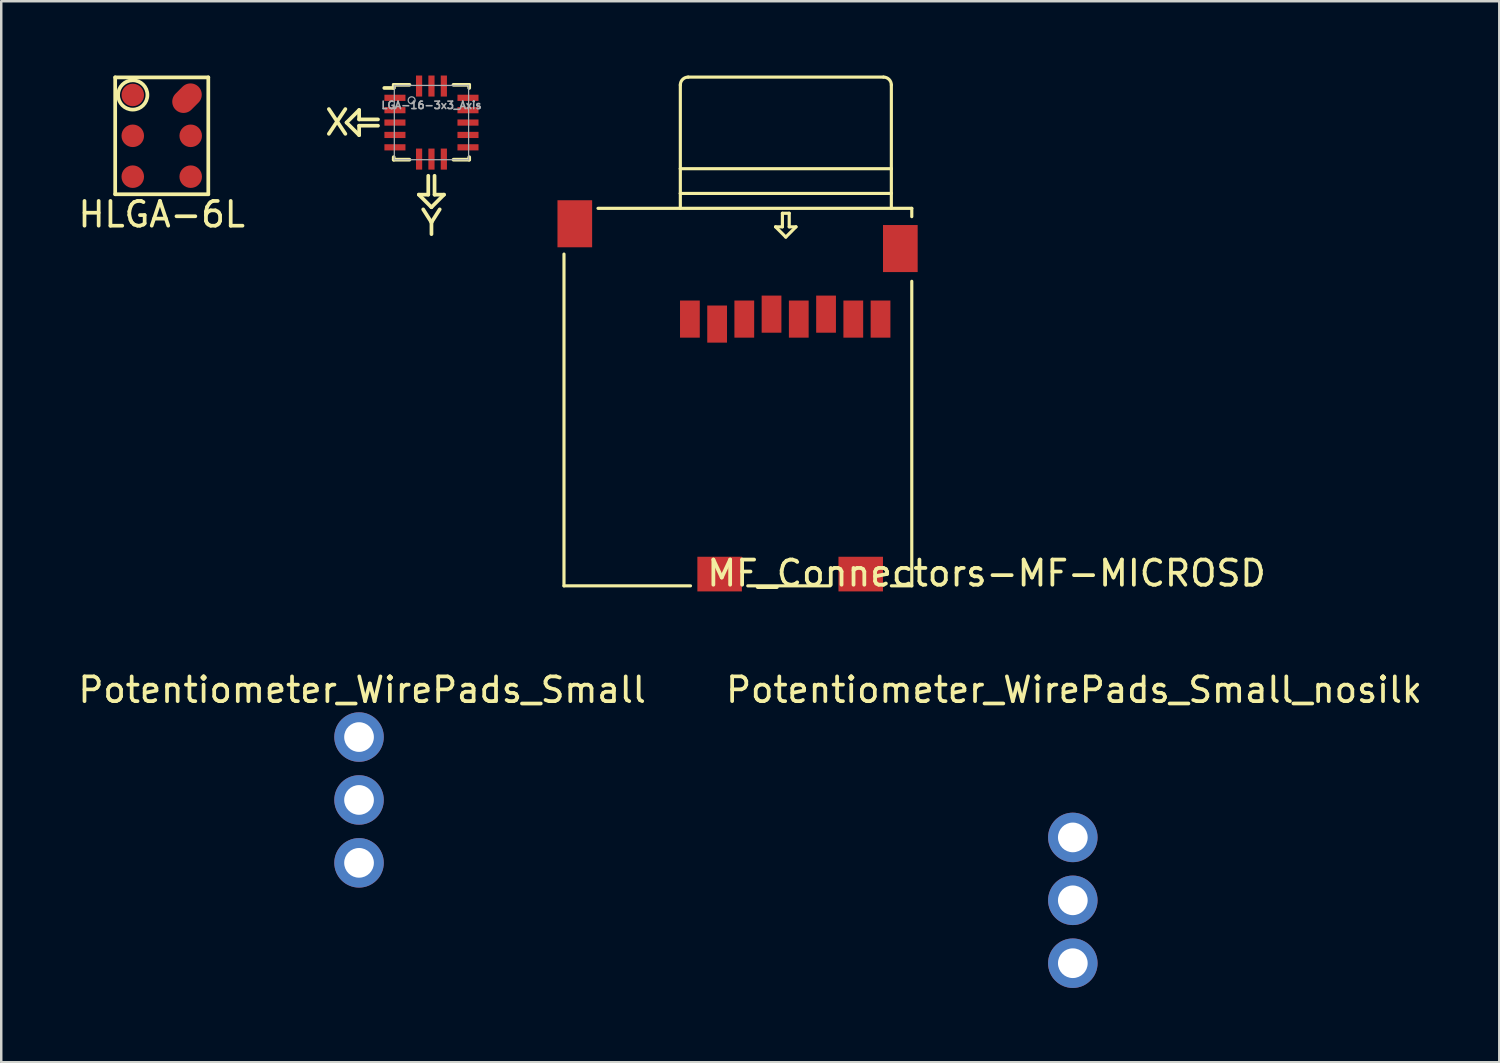
<source format=kicad_pcb>
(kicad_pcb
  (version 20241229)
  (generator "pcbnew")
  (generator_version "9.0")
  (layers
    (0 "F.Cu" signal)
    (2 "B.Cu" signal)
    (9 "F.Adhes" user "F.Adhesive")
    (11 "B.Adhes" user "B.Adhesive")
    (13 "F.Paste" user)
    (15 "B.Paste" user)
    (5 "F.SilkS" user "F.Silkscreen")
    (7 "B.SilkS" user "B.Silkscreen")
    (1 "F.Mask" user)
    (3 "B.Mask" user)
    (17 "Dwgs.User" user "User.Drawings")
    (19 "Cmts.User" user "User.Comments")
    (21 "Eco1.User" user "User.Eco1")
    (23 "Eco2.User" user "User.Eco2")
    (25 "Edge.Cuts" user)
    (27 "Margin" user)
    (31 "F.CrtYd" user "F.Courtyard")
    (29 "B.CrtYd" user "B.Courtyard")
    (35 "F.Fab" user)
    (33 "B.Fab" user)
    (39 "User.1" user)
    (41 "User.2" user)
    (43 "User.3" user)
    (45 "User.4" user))
  (footprint "Potentiometer_WirePads_Small_nosilk"
    (layer "F.Cu")
    (at 40.277 30.77)
    (property "Reference" "Potentiometer_WirePads_Small_nosilk" (at 0.051 -5.959 0) (layer "F.SilkS") (effects (font (size 1 1) (thickness 0.15))))
    (attr through_hole)
    (pad "1" thru_hole circle (at 0 0) (size 1.999 1.999) (drill 1.199) (layers "*.Cu" "*.Mask"))
    (pad "2" thru_hole circle (at 0 2.54) (size 1.999 1.999) (drill 1.199) (layers "*.Cu" "*.Mask"))
    (pad "3" thru_hole circle (at 0 5.08) (size 1.999 1.999) (drill 1.199) (layers "*.Cu" "*.Mask")))
  (footprint "LGA-16-3x3_Axis"
    (layer "F.Cu")
    (at 14.375 1.9)
    (property "Reference" "LGA-16-3x3_Axis" (at 0 -0.701 0) (layer "F.Fab") (effects (font (size 0.3 0.3) (thickness 0.066))))
    (attr through_hole)
    (fp_line (start -3.429 0) (end -2.921 -0.508) (stroke (width 0.15) (type solid)) (layer "F.SilkS"))
    (fp_line (start -2.921 -0.508) (end -2.921 -0.127) (stroke (width 0.15) (type solid)) (layer "F.SilkS"))
    (fp_line (start -2.921 -0.127) (end -2.159 -0.127) (stroke (width 0.15) (type solid)) (layer "F.SilkS"))
    (fp_line (start -2.921 0.127) (end -2.921 0.508) (stroke (width 0.15) (type solid)) (layer "F.SilkS"))
    (fp_line (start -2.921 0.508) (end -3.429 0) (stroke (width 0.15) (type solid)) (layer "F.SilkS"))
    (fp_line (start -2.159 0.127) (end -2.921 0.127) (stroke (width 0.15) (type solid)) (layer "F.SilkS"))
    (fp_line (start -1.524 -1.524) (end -1.524 -1.397) (stroke (width 0.15) (type solid)) (layer "F.SilkS"))
    (fp_line (start -1.524 -1.524) (end -0.889 -1.524) (stroke (width 0.15) (type solid)) (layer "F.SilkS"))
    (fp_line (start -1.524 -1.397) (end -1.905 -1.397) (stroke (width 0.15) (type solid)) (layer "F.SilkS"))
    (fp_line (start -1.524 1.499) (end -1.524 1.397) (stroke (width 0.15) (type solid)) (layer "F.SilkS"))
    (fp_line (start -0.889 1.499) (end -1.524 1.499) (stroke (width 0.15) (type solid)) (layer "F.SilkS"))
    (fp_line (start -0.51 2.911) (end -0.129 2.911) (stroke (width 0.15) (type solid)) (layer "F.SilkS"))
    (fp_line (start -0.129 2.911) (end -0.129 2.149) (stroke (width 0.15) (type solid)) (layer "F.SilkS"))
    (fp_line (start -0.002 3.419) (end -0.51 2.911) (stroke (width 0.15) (type solid)) (layer "F.SilkS"))
    (fp_line (start 0.125 2.149) (end 0.125 2.911) (stroke (width 0.15) (type solid)) (layer "F.SilkS"))
    (fp_line (start 0.125 2.911) (end 0.506 2.911) (stroke (width 0.15) (type solid)) (layer "F.SilkS"))
    (fp_line (start 0.506 2.911) (end -0.002 3.419) (stroke (width 0.15) (type solid)) (layer "F.SilkS"))
    (fp_line (start 0.889 1.499) (end 1.524 1.499) (stroke (width 0.15) (type solid)) (layer "F.SilkS"))
    (fp_line (start 1.524 -1.524) (end 0.889 -1.524) (stroke (width 0.15) (type solid)) (layer "F.SilkS"))
    (fp_line (start 1.524 -1.397) (end 1.524 -1.524) (stroke (width 0.15) (type solid)) (layer "F.SilkS"))
    (fp_line (start 1.524 1.499) (end 1.524 1.397) (stroke (width 0.15) (type solid)) (layer "F.SilkS"))
    (fp_line (start -1.5 -1.5) (end 1.5 -1.5) (stroke (width 0.05) (type solid)) (layer "F.Fab"))
    (fp_line (start -1.5 1.5) (end -1.5 -1.5) (stroke (width 0.05) (type solid)) (layer "F.Fab"))
    (fp_line (start 1.5 -1.5) (end 1.5 1.5) (stroke (width 0.05) (type solid)) (layer "F.Fab"))
    (fp_line (start 1.5 1.5) (end -1.5 1.5) (stroke (width 0.05) (type solid)) (layer "F.Fab"))
    (fp_circle (center -0.8 -0.9) (end -0.7 -0.8) (stroke (width 0.05) (type solid)) (fill no) (layer "F.Fab"))
    (fp_text user "X" (at -3.81 0 0) (layer "F.SilkS") (effects (font (size 1 1) (thickness 0.15))))
    (fp_text user "Y" (at 0 4.051 0) (layer "F.SilkS") (effects (font (size 1 1) (thickness 0.15))))
    (pad "1" smd rect (at -1.475 -1) (size 0.85 0.25) (layers "F.Cu" "F.Mask" "F.Paste"))
    (pad "2" smd rect (at -1.475 -0.5) (size 0.85 0.25) (layers "F.Cu" "F.Mask" "F.Paste"))
    (pad "3" smd rect (at -1.475 0) (size 0.85 0.25) (layers "F.Cu" "F.Mask" "F.Paste"))
    (pad "4" smd rect (at -1.475 0.5) (size 0.85 0.25) (layers "F.Cu" "F.Mask" "F.Paste"))
    (pad "5" smd rect (at -1.475 1) (size 0.85 0.25) (layers "F.Cu" "F.Mask" "F.Paste"))
    (pad "6" smd rect (at -0.5 1.475) (size 0.25 0.85) (layers "F.Cu" "F.Mask" "F.Paste"))
    (pad "7" smd rect (at 0 1.475) (size 0.25 0.85) (layers "F.Cu" "F.Mask" "F.Paste"))
    (pad "8" smd rect (at 0.5 1.475) (size 0.25 0.85) (layers "F.Cu" "F.Mask" "F.Paste"))
    (pad "9" smd rect (at 1.475 1) (size 0.85 0.25) (layers "F.Cu" "F.Mask" "F.Paste"))
    (pad "10" smd rect (at 1.475 0.5) (size 0.85 0.25) (layers "F.Cu" "F.Mask" "F.Paste"))
    (pad "11" smd rect (at 1.475 0) (size 0.85 0.25) (layers "F.Cu" "F.Mask" "F.Paste"))
    (pad "12" smd rect (at 1.475 -0.5) (size 0.85 0.25) (layers "F.Cu" "F.Mask" "F.Paste"))
    (pad "13" smd rect (at 1.475 -1) (size 0.85 0.25) (layers "F.Cu" "F.Mask" "F.Paste"))
    (pad "14" smd rect (at 0.5 -1.475) (size 0.25 0.85) (layers "F.Cu" "F.Mask" "F.Paste"))
    (pad "15" smd rect (at 0 -1.475) (size 0.25 0.85) (layers "F.Cu" "F.Mask" "F.Paste"))
    (pad "16" smd rect (at -0.5 -1.475) (size 0.25 0.85) (layers "F.Cu" "F.Mask" "F.Paste")))
  (footprint "Potentiometer_WirePads_Small"
    (layer "F.Cu")
    (at 11.45 26.717)
    (property "Reference" "Potentiometer_WirePads_Small" (at 0.127 -1.905 0) (layer "F.SilkS") (effects (font (size 1 1) (thickness 0.15))))
    (attr through_hole)
    (pad "1" thru_hole circle (at 0 0) (size 1.999 1.999) (drill 1.199) (layers "*.Cu" "*.Mask"))
    (pad "2" thru_hole circle (at 0 2.54) (size 1.999 1.999) (drill 1.199) (layers "*.Cu" "*.Mask"))
    (pad "3" thru_hole circle (at 0 5.08) (size 1.999 1.999) (drill 1.199) (layers "*.Cu" "*.Mask")))
  (footprint "MF_Connectors-MF-MICROSD"
    (layer "F.Cu")
    (at 26.75 12.987)
    (property "Reference" "MF_Connectors-MF-MICROSD" (at 10.041 7.115 0) (layer "F.SilkS") (effects (font (size 1.016 1.016) (thickness 0.152))))
    (attr smd)
    (fp_line (start -7.023 -5.776) (end -7.023 7.623) (stroke (width 0.127) (type solid)) (layer "F.SilkS"))
    (fp_line (start -7.023 7.623) (end -1.913 7.623) (stroke (width 0.127) (type solid)) (layer "F.SilkS"))
    (fp_line (start -2.324 -9.223) (end -2.324 -12.606) (stroke (width 0.127) (type solid)) (layer "F.SilkS"))
    (fp_line (start -2.324 -9.223) (end 6.198 -9.223) (stroke (width 0.127) (type solid)) (layer "F.SilkS"))
    (fp_line (start -2.324 -8.225) (end -2.324 -9.223) (stroke (width 0.127) (type solid)) (layer "F.SilkS"))
    (fp_line (start -2.324 -8.225) (end 6.198 -8.225) (stroke (width 0.127) (type solid)) (layer "F.SilkS"))
    (fp_line (start -2.324 -7.623) (end -2.324 -8.225) (stroke (width 0.127) (type solid)) (layer "F.SilkS"))
    (fp_line (start -2.007 -12.924) (end 5.88 -12.924) (stroke (width 0.127) (type solid)) (layer "F.SilkS"))
    (fp_line (start 0.399 7.623) (end 3.724 7.623) (stroke (width 0.127) (type solid)) (layer "F.SilkS"))
    (fp_line (start 1.521 -6.876) (end 1.798 -6.876) (stroke (width 0.127) (type solid)) (layer "F.SilkS"))
    (fp_line (start 1.798 -7.424) (end 2.073 -7.424) (stroke (width 0.127) (type solid)) (layer "F.SilkS"))
    (fp_line (start 1.798 -6.876) (end 1.798 -7.424) (stroke (width 0.127) (type solid)) (layer "F.SilkS"))
    (fp_line (start 1.935 -6.462) (end 1.521 -6.876) (stroke (width 0.127) (type solid)) (layer "F.SilkS"))
    (fp_line (start 2.073 -7.424) (end 2.073 -6.876) (stroke (width 0.127) (type solid)) (layer "F.SilkS"))
    (fp_line (start 2.073 -6.876) (end 2.347 -6.876) (stroke (width 0.127) (type solid)) (layer "F.SilkS"))
    (fp_line (start 2.347 -6.876) (end 1.935 -6.462) (stroke (width 0.127) (type solid)) (layer "F.SilkS"))
    (fp_line (start 6.198 -12.606) (end 6.198 -9.223) (stroke (width 0.127) (type solid)) (layer "F.SilkS"))
    (fp_line (start 6.198 -9.223) (end 6.198 -8.25) (stroke (width 0.127) (type solid)) (layer "F.SilkS"))
    (fp_line (start 6.198 -7.623) (end 6.198 -8.225) (stroke (width 0.127) (type solid)) (layer "F.SilkS"))
    (fp_line (start 6.198 7.623) (end 7.023 7.623) (stroke (width 0.127) (type solid)) (layer "F.SilkS"))
    (fp_line (start 7.023 -7.623) (end -5.649 -7.623) (stroke (width 0.127) (type solid)) (layer "F.SilkS"))
    (fp_line (start 7.023 -7.287) (end 7.023 -7.623) (stroke (width 0.127) (type solid)) (layer "F.SilkS"))
    (fp_line (start 7.023 7.623) (end 7.023 -4.676) (stroke (width 0.127) (type solid)) (layer "F.SilkS"))
    (fp_arc (start -2.3241 -12.60602) (mid -2.231106 -12.830526) (end -2.0066 -12.92352) (stroke (width 0.127) (type solid)) (layer "F.SilkS"))
    (fp_arc (start 5.8801 -12.92352) (mid 6.104606 -12.830526) (end 6.1976 -12.60602) (stroke (width 0.127) (type solid)) (layer "F.SilkS"))
    (pad "1" smd rect (at -1.938 -3.15 180) (size 0.798 1.499) (layers "F.Cu" "F.Mask" "F.Paste"))
    (pad "2" smd rect (at -0.838 -2.949 180) (size 0.798 1.499) (layers "F.Cu" "F.Mask" "F.Paste"))
    (pad "3" smd rect (at 0.259 -3.15 180) (size 0.798 1.499) (layers "F.Cu" "F.Mask" "F.Paste"))
    (pad "4" smd rect (at 1.359 -3.35 180) (size 0.798 1.499) (layers "F.Cu" "F.Mask" "F.Paste"))
    (pad "5" smd rect (at 2.459 -3.15 180) (size 0.798 1.499) (layers "F.Cu" "F.Mask" "F.Paste"))
    (pad "6" smd rect (at 3.561 -3.35 180) (size 0.798 1.499) (layers "F.Cu" "F.Mask" "F.Paste"))
    (pad "7" smd rect (at 4.661 -3.15 180) (size 0.798 1.499) (layers "F.Cu" "F.Mask" "F.Paste"))
    (pad "8" smd rect (at 5.761 -3.15 180) (size 0.798 1.499) (layers "F.Cu" "F.Mask" "F.Paste"))
    (pad "9" smd rect (at 4.961 7.148) (size 1.798 1.4) (layers "F.Cu" "F.Mask" "F.Paste"))
    (pad "10" smd rect (at -0.737 7.148) (size 1.798 1.4) (layers "F.Cu" "F.Mask" "F.Paste"))
    (pad "G0" smd rect (at -6.586 -7) (size 1.4 1.9) (layers "F.Cu" "F.Mask" "F.Paste"))
    (pad "G1" smd rect (at 6.561 -5.999) (size 1.4 1.9) (layers "F.Cu" "F.Mask" "F.Paste")))
  (footprint "HLGA-6L"
    (layer "F.Cu")
    (at 3.482 2.435)
    (property "Reference" "HLGA-6L" (at 0 3.175 0) (layer "F.SilkS") (effects (font (size 1 1) (thickness 0.15))))
    (attr through_hole)
    (fp_line (start -1.88 -2.36) (end 1.88 -2.36) (stroke (width 0.15) (type solid)) (layer "F.SilkS"))
    (fp_line (start -1.88 2.36) (end -1.88 -2.36) (stroke (width 0.15) (type solid)) (layer "F.SilkS"))
    (fp_line (start -1.88 2.36) (end 1.88 2.36) (stroke (width 0.15) (type solid)) (layer "F.SilkS"))
    (fp_line (start 1.88 2.36) (end 1.88 -2.36) (stroke (width 0.15) (type solid)) (layer "F.SilkS"))
    (fp_circle (center -1.17 -1.65) (end -0.635 -1.397) (stroke (width 0.15) (type solid)) (fill no) (layer "F.SilkS"))
    (pad "1" smd circle (at -1.17 -1.65) (size 0.91 0.91) (layers "F.Cu" "F.Mask" "F.Paste"))
    (pad "2" smd circle (at -1.17 0) (size 0.91 0.91) (layers "F.Cu" "F.Mask" "F.Paste"))
    (pad "3" smd circle (at -1.17 1.65) (size 0.91 0.91) (layers "F.Cu" "F.Mask" "F.Paste"))
    (pad "4" smd circle (at 1.17 1.65) (size 0.91 0.91) (layers "F.Cu" "F.Mask" "F.Paste"))
    (pad "5" smd circle (at 1.17 0) (size 0.91 0.91) (layers "F.Cu" "F.Mask" "F.Paste"))
    (pad "6" smd oval (at 1.02 -1.52 45) (size 1.31 0.91) (layers "F.Cu" "F.Mask" "F.Paste")))
  (gr_rect
    (start -3 -3)
    (end 57.5 39.85)
    (stroke (width 0.1) (type default))
    (fill no)
    (layer "Edge.Cuts")))
</source>
